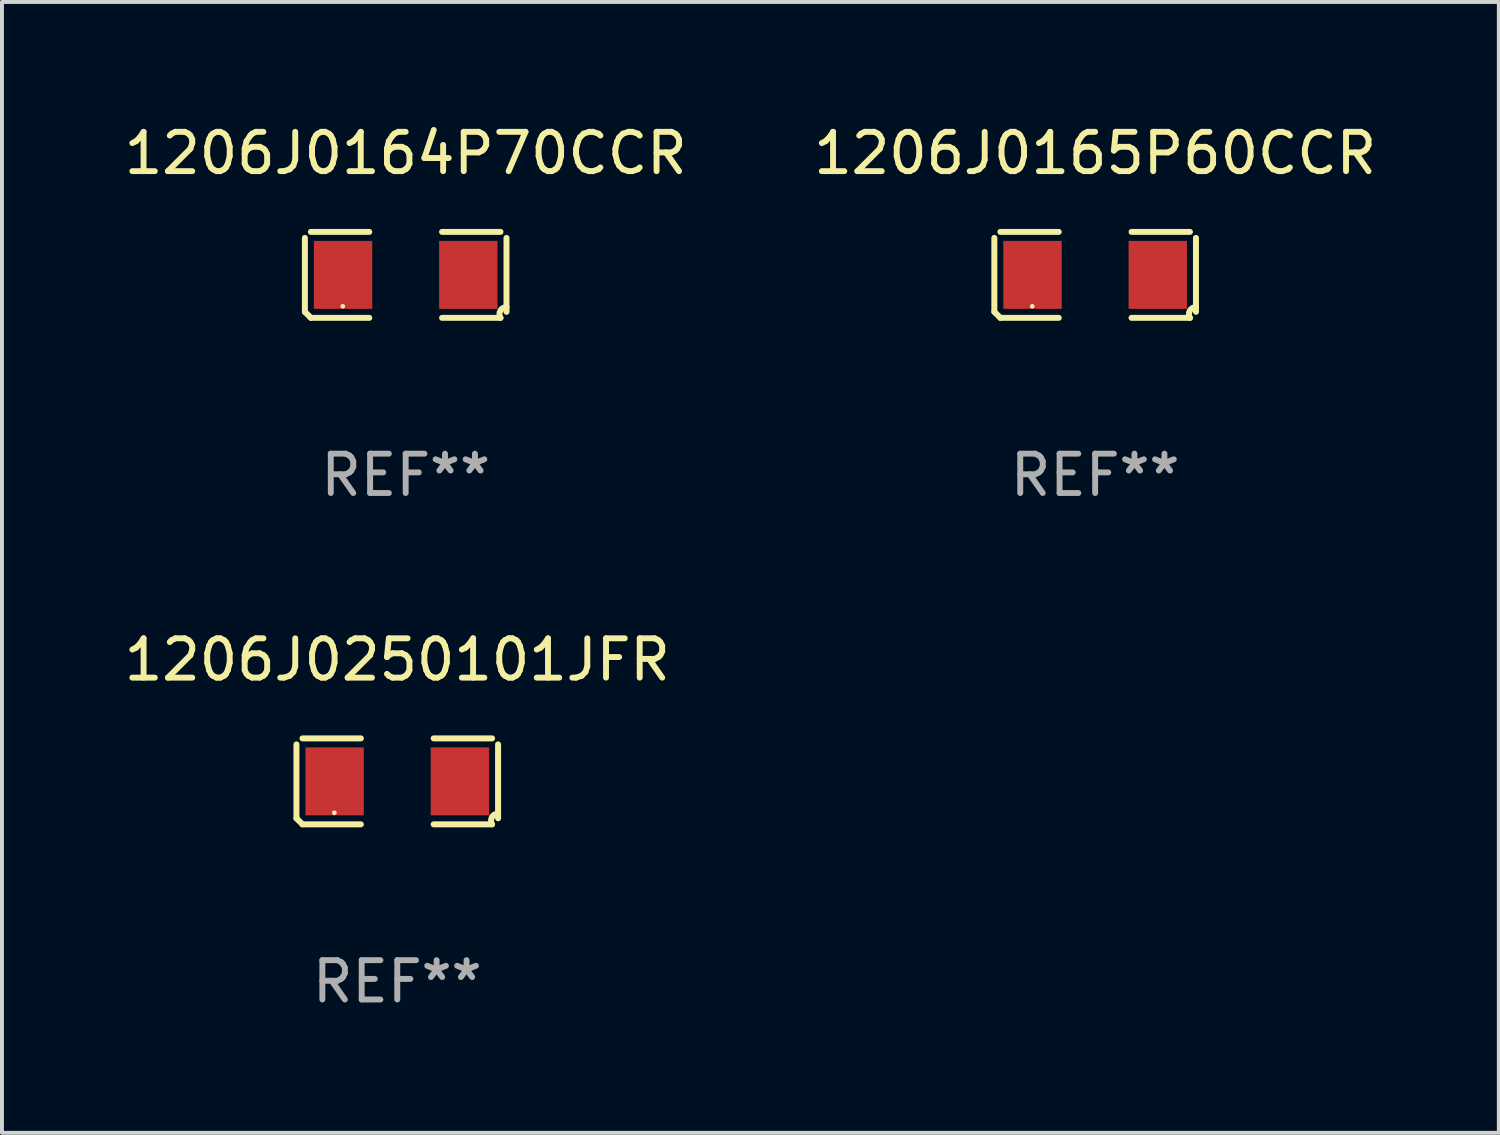
<source format=kicad_pcb>
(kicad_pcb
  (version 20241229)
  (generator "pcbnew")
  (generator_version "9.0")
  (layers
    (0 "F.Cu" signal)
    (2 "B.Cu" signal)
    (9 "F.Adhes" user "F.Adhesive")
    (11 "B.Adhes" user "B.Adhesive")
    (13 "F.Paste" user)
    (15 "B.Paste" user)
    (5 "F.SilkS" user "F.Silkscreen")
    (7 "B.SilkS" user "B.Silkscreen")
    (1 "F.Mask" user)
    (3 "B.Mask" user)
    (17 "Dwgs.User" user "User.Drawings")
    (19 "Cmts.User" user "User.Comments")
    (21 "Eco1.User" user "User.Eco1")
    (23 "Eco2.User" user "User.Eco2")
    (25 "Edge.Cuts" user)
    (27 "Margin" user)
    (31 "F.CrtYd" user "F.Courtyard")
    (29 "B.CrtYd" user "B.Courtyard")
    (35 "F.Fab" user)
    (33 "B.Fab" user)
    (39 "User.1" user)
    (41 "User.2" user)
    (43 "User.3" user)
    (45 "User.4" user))
  (footprint "1206J0164P70CCR"
    (layer "F.Cu")
    (at 7.268 3.941)
    (property "Reference" "1206J0164P70CCR" (at 0 -3.093 0) (layer "F.SilkS") (effects (font (size 1 1) (thickness 0.15))))
    (attr through_hole)
    (fp_line (start -2.564 0.94) (end -2.564 -0.94) (stroke (width 0.152) (type solid)) (layer "F.SilkS"))
    (fp_line (start -2.411 -1.093) (end -0.926 -1.093) (stroke (width 0.152) (type solid)) (layer "F.SilkS"))
    (fp_line (start -0.926 1.093) (end -2.411 1.093) (stroke (width 0.152) (type solid)) (layer "F.SilkS"))
    (fp_line (start 0.926 1.093) (end 2.411 1.093) (stroke (width 0.152) (type solid)) (layer "F.SilkS"))
    (fp_line (start 2.411 -1.093) (end 0.926 -1.093) (stroke (width 0.152) (type solid)) (layer "F.SilkS"))
    (fp_line (start 2.564 0.94) (end 2.564 -0.94) (stroke (width 0.152) (type solid)) (layer "F.SilkS"))
    (fp_arc (start -2.411201 1.092609) (mid -2.487413 1.01642) (end -2.563602 0.940208) (stroke (width 0.1524) (type solid)) (layer "F.SilkS"))
    (fp_arc (start 2.411201 1.092609) (mid 2.407159 0.911226) (end 2.563602 0.819347) (stroke (width 0.1524) (type solid)) (layer "F.SilkS"))
    (fp_circle (center -1.6 0.8) (end -1.57 0.8) (stroke (width 0.06) (type solid)) (fill no) (layer "F.SilkS"))
    (fp_text user "REF**" (at 0 5.093 0) (layer "F.Fab") (effects (font (size 1 1) (thickness 0.15))))
    (pad "1" smd rect (at -1.593 0) (size 1.485 1.728) (layers "F.Cu" "F.Mask" "F.Paste"))
    (pad "2" smd rect (at 1.593 0) (size 1.485 1.728) (layers "F.Cu" "F.Mask" "F.Paste")))
  (footprint "1206J0165P60CCR"
    (layer "F.Cu")
    (at 24.804 3.941)
    (property "Reference" "1206J0165P60CCR" (at 0 -3.093 0) (layer "F.SilkS") (effects (font (size 1 1) (thickness 0.15))))
    (attr through_hole)
    (fp_line (start -2.564 0.94) (end -2.564 -0.94) (stroke (width 0.152) (type solid)) (layer "F.SilkS"))
    (fp_line (start -2.411 -1.093) (end -0.926 -1.093) (stroke (width 0.152) (type solid)) (layer "F.SilkS"))
    (fp_line (start -0.926 1.093) (end -2.411 1.093) (stroke (width 0.152) (type solid)) (layer "F.SilkS"))
    (fp_line (start 0.926 1.093) (end 2.411 1.093) (stroke (width 0.152) (type solid)) (layer "F.SilkS"))
    (fp_line (start 2.411 -1.093) (end 0.926 -1.093) (stroke (width 0.152) (type solid)) (layer "F.SilkS"))
    (fp_line (start 2.564 0.94) (end 2.564 -0.94) (stroke (width 0.152) (type solid)) (layer "F.SilkS"))
    (fp_arc (start -2.411201 1.092609) (mid -2.487413 1.01642) (end -2.563602 0.940208) (stroke (width 0.1524) (type solid)) (layer "F.SilkS"))
    (fp_arc (start 2.411201 1.092609) (mid 2.407159 0.911226) (end 2.563602 0.819347) (stroke (width 0.1524) (type solid)) (layer "F.SilkS"))
    (fp_circle (center -1.6 0.8) (end -1.57 0.8) (stroke (width 0.06) (type solid)) (fill no) (layer "F.SilkS"))
    (fp_text user "REF**" (at 0 5.093 0) (layer "F.Fab") (effects (font (size 1 1) (thickness 0.15))))
    (pad "1" smd rect (at -1.593 0) (size 1.485 1.728) (layers "F.Cu" "F.Mask" "F.Paste"))
    (pad "2" smd rect (at 1.593 0) (size 1.485 1.728) (layers "F.Cu" "F.Mask" "F.Paste")))
  (footprint "1206J0250101JFR"
    (layer "F.Cu")
    (at 7.054 16.823)
    (property "Reference" "1206J0250101JFR" (at 0 -3.093 0) (layer "F.SilkS") (effects (font (size 1 1) (thickness 0.15))))
    (attr through_hole)
    (fp_line (start -2.564 0.94) (end -2.564 -0.94) (stroke (width 0.152) (type solid)) (layer "F.SilkS"))
    (fp_line (start -2.411 -1.093) (end -0.926 -1.093) (stroke (width 0.152) (type solid)) (layer "F.SilkS"))
    (fp_line (start -0.926 1.093) (end -2.411 1.093) (stroke (width 0.152) (type solid)) (layer "F.SilkS"))
    (fp_line (start 0.926 1.093) (end 2.411 1.093) (stroke (width 0.152) (type solid)) (layer "F.SilkS"))
    (fp_line (start 2.411 -1.093) (end 0.926 -1.093) (stroke (width 0.152) (type solid)) (layer "F.SilkS"))
    (fp_line (start 2.564 0.94) (end 2.564 -0.94) (stroke (width 0.152) (type solid)) (layer "F.SilkS"))
    (fp_arc (start -2.411201 1.092609) (mid -2.487413 1.01642) (end -2.563602 0.940208) (stroke (width 0.1524) (type solid)) (layer "F.SilkS"))
    (fp_arc (start 2.411201 1.092609) (mid 2.407159 0.911226) (end 2.563602 0.819347) (stroke (width 0.1524) (type solid)) (layer "F.SilkS"))
    (fp_circle (center -1.6 0.8) (end -1.57 0.8) (stroke (width 0.06) (type solid)) (fill no) (layer "F.SilkS"))
    (fp_text user "REF**" (at 0 5.093 0) (layer "F.Fab") (effects (font (size 1 1) (thickness 0.15))))
    (pad "1" smd rect (at -1.593 0) (size 1.485 1.728) (layers "F.Cu" "F.Mask" "F.Paste"))
    (pad "2" smd rect (at 1.593 0) (size 1.485 1.728) (layers "F.Cu" "F.Mask" "F.Paste")))
  (gr_rect
    (start -3 -3)
    (end 35.071 25.763)
    (stroke (width 0.1) (type default))
    (fill no)
    (layer "Edge.Cuts")))
</source>
